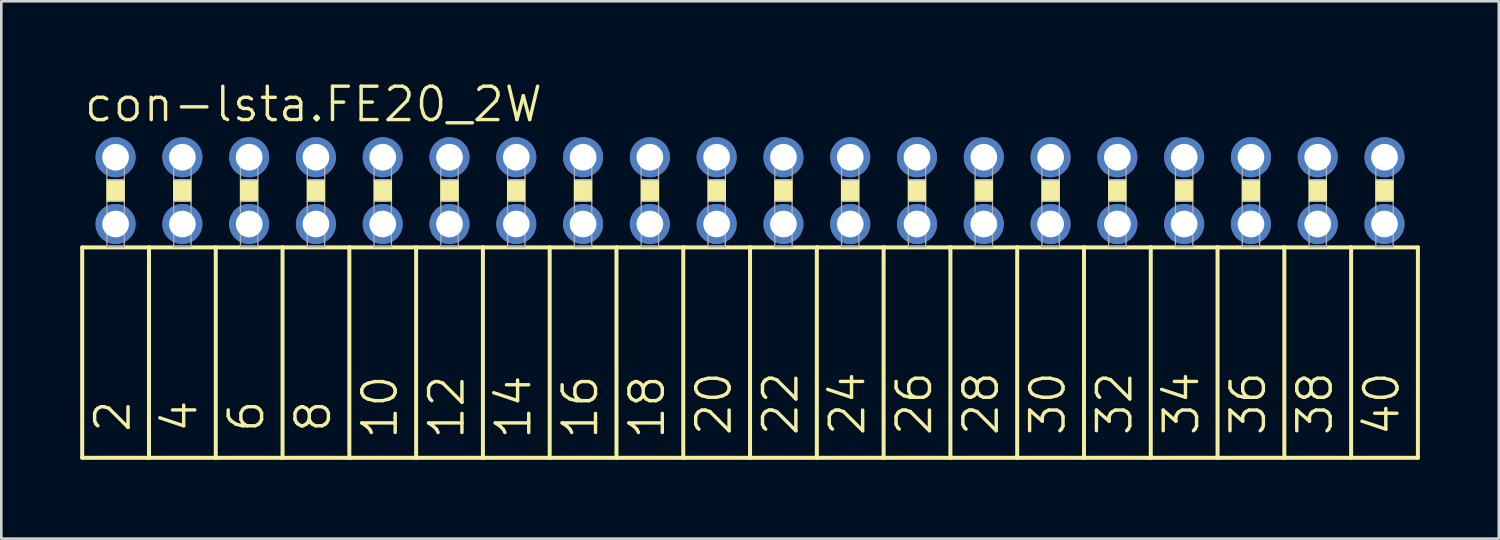
<source format=kicad_pcb>
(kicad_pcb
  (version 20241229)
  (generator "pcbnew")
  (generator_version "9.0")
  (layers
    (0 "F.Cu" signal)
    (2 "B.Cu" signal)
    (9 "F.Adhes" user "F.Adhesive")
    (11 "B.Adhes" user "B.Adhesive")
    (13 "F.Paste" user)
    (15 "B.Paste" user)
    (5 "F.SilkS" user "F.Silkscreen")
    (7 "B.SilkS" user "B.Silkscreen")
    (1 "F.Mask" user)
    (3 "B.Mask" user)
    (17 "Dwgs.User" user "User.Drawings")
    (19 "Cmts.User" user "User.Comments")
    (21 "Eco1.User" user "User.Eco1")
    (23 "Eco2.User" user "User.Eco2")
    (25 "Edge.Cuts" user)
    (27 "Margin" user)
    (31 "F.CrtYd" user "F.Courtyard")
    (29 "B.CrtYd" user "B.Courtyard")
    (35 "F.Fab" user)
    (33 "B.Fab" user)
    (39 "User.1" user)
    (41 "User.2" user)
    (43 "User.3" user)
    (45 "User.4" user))
  (footprint "con-lsta.FE20_2W"
    (layer "F.Cu")
    (at 25.476 4.2)
    (property "Reference" "con-lsta.FE20_2W" (at -25.4 -2.54 0) (layer "F.SilkS") (effects (font (size 1.27 1.27) (thickness 0.13)) (justify left bottom)))
    (attr through_hole)
    (fp_line (start -25.4 2.159) (end -25.4 10.16) (stroke (width 0.152) (type default)) (layer "F.SilkS"))
    (fp_line (start -25.4 2.159) (end -22.86 2.159) (stroke (width 0.152) (type default)) (layer "F.SilkS"))
    (fp_line (start -22.86 2.159) (end -22.86 10.16) (stroke (width 0.152) (type default)) (layer "F.SilkS"))
    (fp_line (start -22.86 2.159) (end -20.32 2.159) (stroke (width 0.152) (type default)) (layer "F.SilkS"))
    (fp_line (start -22.86 10.16) (end -25.4 10.16) (stroke (width 0.152) (type default)) (layer "F.SilkS"))
    (fp_line (start -20.32 2.159) (end -20.32 10.16) (stroke (width 0.152) (type default)) (layer "F.SilkS"))
    (fp_line (start -20.32 2.159) (end -17.78 2.159) (stroke (width 0.152) (type default)) (layer "F.SilkS"))
    (fp_line (start -20.32 10.16) (end -22.86 10.16) (stroke (width 0.152) (type default)) (layer "F.SilkS"))
    (fp_line (start -17.78 2.159) (end -17.78 10.16) (stroke (width 0.152) (type default)) (layer "F.SilkS"))
    (fp_line (start -17.78 10.16) (end -20.32 10.16) (stroke (width 0.152) (type default)) (layer "F.SilkS"))
    (fp_line (start -15.24 2.159) (end -17.78 2.159) (stroke (width 0.152) (type default)) (layer "F.SilkS"))
    (fp_line (start -15.24 2.159) (end -15.24 10.16) (stroke (width 0.152) (type default)) (layer "F.SilkS"))
    (fp_line (start -15.24 2.159) (end -12.7 2.159) (stroke (width 0.152) (type default)) (layer "F.SilkS"))
    (fp_line (start -15.24 10.16) (end -17.78 10.16) (stroke (width 0.152) (type default)) (layer "F.SilkS"))
    (fp_line (start -12.7 2.159) (end -12.7 10.16) (stroke (width 0.152) (type default)) (layer "F.SilkS"))
    (fp_line (start -12.7 2.159) (end -10.16 2.159) (stroke (width 0.152) (type default)) (layer "F.SilkS"))
    (fp_line (start -12.7 10.16) (end -15.24 10.16) (stroke (width 0.152) (type default)) (layer "F.SilkS"))
    (fp_line (start -10.16 2.159) (end -10.16 10.16) (stroke (width 0.152) (type default)) (layer "F.SilkS"))
    (fp_line (start -10.16 2.159) (end -7.62 2.159) (stroke (width 0.152) (type default)) (layer "F.SilkS"))
    (fp_line (start -10.16 10.16) (end -12.7 10.16) (stroke (width 0.152) (type default)) (layer "F.SilkS"))
    (fp_line (start -7.62 2.159) (end -7.62 10.16) (stroke (width 0.152) (type default)) (layer "F.SilkS"))
    (fp_line (start -7.62 2.159) (end -5.08 2.159) (stroke (width 0.152) (type default)) (layer "F.SilkS"))
    (fp_line (start -7.62 10.16) (end -10.16 10.16) (stroke (width 0.152) (type default)) (layer "F.SilkS"))
    (fp_line (start -5.08 2.159) (end -5.08 10.16) (stroke (width 0.152) (type default)) (layer "F.SilkS"))
    (fp_line (start -5.08 10.16) (end -7.62 10.16) (stroke (width 0.152) (type default)) (layer "F.SilkS"))
    (fp_line (start -2.54 2.159) (end -5.08 2.159) (stroke (width 0.152) (type default)) (layer "F.SilkS"))
    (fp_line (start -2.54 2.159) (end -2.54 10.16) (stroke (width 0.152) (type default)) (layer "F.SilkS"))
    (fp_line (start -2.54 2.159) (end 0 2.159) (stroke (width 0.152) (type default)) (layer "F.SilkS"))
    (fp_line (start -2.54 10.16) (end -5.08 10.16) (stroke (width 0.152) (type default)) (layer "F.SilkS"))
    (fp_line (start 0 2.159) (end 0 10.16) (stroke (width 0.152) (type default)) (layer "F.SilkS"))
    (fp_line (start 0 2.159) (end 2.54 2.159) (stroke (width 0.152) (type default)) (layer "F.SilkS"))
    (fp_line (start 0 10.16) (end -2.54 10.16) (stroke (width 0.152) (type default)) (layer "F.SilkS"))
    (fp_line (start 2.54 2.159) (end 2.54 10.16) (stroke (width 0.152) (type default)) (layer "F.SilkS"))
    (fp_line (start 2.54 2.159) (end 5.08 2.159) (stroke (width 0.152) (type default)) (layer "F.SilkS"))
    (fp_line (start 2.54 10.16) (end 0 10.16) (stroke (width 0.152) (type default)) (layer "F.SilkS"))
    (fp_line (start 5.08 2.159) (end 5.08 10.16) (stroke (width 0.152) (type default)) (layer "F.SilkS"))
    (fp_line (start 5.08 2.159) (end 7.62 2.159) (stroke (width 0.152) (type default)) (layer "F.SilkS"))
    (fp_line (start 5.08 10.16) (end 2.54 10.16) (stroke (width 0.152) (type default)) (layer "F.SilkS"))
    (fp_line (start 7.62 2.159) (end 7.62 10.16) (stroke (width 0.152) (type default)) (layer "F.SilkS"))
    (fp_line (start 7.62 10.16) (end 5.08 10.16) (stroke (width 0.152) (type default)) (layer "F.SilkS"))
    (fp_line (start 10.16 2.159) (end 7.62 2.159) (stroke (width 0.152) (type default)) (layer "F.SilkS"))
    (fp_line (start 10.16 2.159) (end 10.16 10.16) (stroke (width 0.152) (type default)) (layer "F.SilkS"))
    (fp_line (start 10.16 2.159) (end 12.7 2.159) (stroke (width 0.152) (type default)) (layer "F.SilkS"))
    (fp_line (start 10.16 10.16) (end 7.62 10.16) (stroke (width 0.152) (type default)) (layer "F.SilkS"))
    (fp_line (start 12.7 2.159) (end 12.7 10.16) (stroke (width 0.152) (type default)) (layer "F.SilkS"))
    (fp_line (start 12.7 2.159) (end 15.24 2.159) (stroke (width 0.152) (type default)) (layer "F.SilkS"))
    (fp_line (start 12.7 10.16) (end 10.16 10.16) (stroke (width 0.152) (type default)) (layer "F.SilkS"))
    (fp_line (start 15.24 2.159) (end 15.24 10.16) (stroke (width 0.152) (type default)) (layer "F.SilkS"))
    (fp_line (start 15.24 2.159) (end 17.78 2.159) (stroke (width 0.152) (type default)) (layer "F.SilkS"))
    (fp_line (start 15.24 10.16) (end 12.7 10.16) (stroke (width 0.152) (type default)) (layer "F.SilkS"))
    (fp_line (start 17.78 2.159) (end 17.78 10.16) (stroke (width 0.152) (type default)) (layer "F.SilkS"))
    (fp_line (start 17.78 2.159) (end 20.32 2.159) (stroke (width 0.152) (type default)) (layer "F.SilkS"))
    (fp_line (start 17.78 10.16) (end 15.24 10.16) (stroke (width 0.152) (type default)) (layer "F.SilkS"))
    (fp_line (start 20.32 2.159) (end 20.32 10.16) (stroke (width 0.152) (type default)) (layer "F.SilkS"))
    (fp_line (start 20.32 10.16) (end 17.78 10.16) (stroke (width 0.152) (type default)) (layer "F.SilkS"))
    (fp_line (start 22.86 2.159) (end 20.32 2.159) (stroke (width 0.152) (type default)) (layer "F.SilkS"))
    (fp_line (start 22.86 2.159) (end 22.86 10.16) (stroke (width 0.152) (type default)) (layer "F.SilkS"))
    (fp_line (start 22.86 2.159) (end 25.4 2.159) (stroke (width 0.152) (type default)) (layer "F.SilkS"))
    (fp_line (start 22.86 10.16) (end 20.32 10.16) (stroke (width 0.152) (type default)) (layer "F.SilkS"))
    (fp_line (start 25.4 2.159) (end 25.4 10.16) (stroke (width 0.152) (type default)) (layer "F.SilkS"))
    (fp_line (start 25.4 10.16) (end 22.86 10.16) (stroke (width 0.152) (type default)) (layer "F.SilkS"))
    (fp_rect (start -24.46 0.406) (end -23.8 -0.406) (stroke (width 0.05) (type default)) (fill yes) (layer "F.SilkS"))
    (fp_rect (start -21.92 0.406) (end -21.26 -0.406) (stroke (width 0.05) (type default)) (fill yes) (layer "F.SilkS"))
    (fp_rect (start -19.38 0.406) (end -18.72 -0.406) (stroke (width 0.05) (type default)) (fill yes) (layer "F.SilkS"))
    (fp_rect (start -16.84 0.406) (end -16.18 -0.406) (stroke (width 0.05) (type default)) (fill yes) (layer "F.SilkS"))
    (fp_rect (start -14.3 0.406) (end -13.64 -0.406) (stroke (width 0.05) (type default)) (fill yes) (layer "F.SilkS"))
    (fp_rect (start -11.76 0.406) (end -11.1 -0.406) (stroke (width 0.05) (type default)) (fill yes) (layer "F.SilkS"))
    (fp_rect (start -9.22 0.406) (end -8.56 -0.406) (stroke (width 0.05) (type default)) (fill yes) (layer "F.SilkS"))
    (fp_rect (start -6.68 0.406) (end -6.02 -0.406) (stroke (width 0.05) (type default)) (fill yes) (layer "F.SilkS"))
    (fp_rect (start -4.14 0.406) (end -3.48 -0.406) (stroke (width 0.05) (type default)) (fill yes) (layer "F.SilkS"))
    (fp_rect (start -1.6 0.406) (end -0.94 -0.406) (stroke (width 0.05) (type default)) (fill yes) (layer "F.SilkS"))
    (fp_rect (start 0.94 0.406) (end 1.6 -0.406) (stroke (width 0.05) (type default)) (fill yes) (layer "F.SilkS"))
    (fp_rect (start 3.48 0.406) (end 4.14 -0.406) (stroke (width 0.05) (type default)) (fill yes) (layer "F.SilkS"))
    (fp_rect (start 6.02 0.406) (end 6.68 -0.406) (stroke (width 0.05) (type default)) (fill yes) (layer "F.SilkS"))
    (fp_rect (start 8.56 0.406) (end 9.22 -0.406) (stroke (width 0.05) (type default)) (fill yes) (layer "F.SilkS"))
    (fp_rect (start 11.1 0.406) (end 11.76 -0.406) (stroke (width 0.05) (type default)) (fill yes) (layer "F.SilkS"))
    (fp_rect (start 13.64 0.406) (end 14.3 -0.406) (stroke (width 0.05) (type default)) (fill yes) (layer "F.SilkS"))
    (fp_rect (start 16.18 0.406) (end 16.84 -0.406) (stroke (width 0.05) (type default)) (fill yes) (layer "F.SilkS"))
    (fp_rect (start 18.72 0.406) (end 19.38 -0.406) (stroke (width 0.05) (type default)) (fill yes) (layer "F.SilkS"))
    (fp_rect (start 21.26 0.406) (end 21.92 -0.406) (stroke (width 0.05) (type default)) (fill yes) (layer "F.SilkS"))
    (fp_rect (start 23.8 0.406) (end 24.46 -0.406) (stroke (width 0.05) (type default)) (fill yes) (layer "F.SilkS"))
    (fp_rect (start -24.46 -0.406) (end -23.8 -1.575) (stroke (width 0.05) (type default)) (fill no) (layer "F.Fab"))
    (fp_rect (start -24.46 2.134) (end -23.8 0.406) (stroke (width 0.05) (type default)) (fill no) (layer "F.Fab"))
    (fp_rect (start -21.92 -0.406) (end -21.26 -1.575) (stroke (width 0.05) (type default)) (fill no) (layer "F.Fab"))
    (fp_rect (start -21.92 2.134) (end -21.26 0.406) (stroke (width 0.05) (type default)) (fill no) (layer "F.Fab"))
    (fp_rect (start -19.38 -0.406) (end -18.72 -1.575) (stroke (width 0.05) (type default)) (fill no) (layer "F.Fab"))
    (fp_rect (start -19.38 2.134) (end -18.72 0.406) (stroke (width 0.05) (type default)) (fill no) (layer "F.Fab"))
    (fp_rect (start -16.84 -0.406) (end -16.18 -1.575) (stroke (width 0.05) (type default)) (fill no) (layer "F.Fab"))
    (fp_rect (start -16.84 2.134) (end -16.18 0.406) (stroke (width 0.05) (type default)) (fill no) (layer "F.Fab"))
    (fp_rect (start -14.3 -0.406) (end -13.64 -1.575) (stroke (width 0.05) (type default)) (fill no) (layer "F.Fab"))
    (fp_rect (start -14.3 2.134) (end -13.64 0.406) (stroke (width 0.05) (type default)) (fill no) (layer "F.Fab"))
    (fp_rect (start -11.76 -0.406) (end -11.1 -1.575) (stroke (width 0.05) (type default)) (fill no) (layer "F.Fab"))
    (fp_rect (start -11.76 2.134) (end -11.1 0.406) (stroke (width 0.05) (type default)) (fill no) (layer "F.Fab"))
    (fp_rect (start -9.22 -0.406) (end -8.56 -1.575) (stroke (width 0.05) (type default)) (fill no) (layer "F.Fab"))
    (fp_rect (start -9.22 2.134) (end -8.56 0.406) (stroke (width 0.05) (type default)) (fill no) (layer "F.Fab"))
    (fp_rect (start -6.68 -0.406) (end -6.02 -1.575) (stroke (width 0.05) (type default)) (fill no) (layer "F.Fab"))
    (fp_rect (start -6.68 2.134) (end -6.02 0.406) (stroke (width 0.05) (type default)) (fill no) (layer "F.Fab"))
    (fp_rect (start -4.14 -0.406) (end -3.48 -1.575) (stroke (width 0.05) (type default)) (fill no) (layer "F.Fab"))
    (fp_rect (start -4.14 2.134) (end -3.48 0.406) (stroke (width 0.05) (type default)) (fill no) (layer "F.Fab"))
    (fp_rect (start -1.6 -0.406) (end -0.94 -1.575) (stroke (width 0.05) (type default)) (fill no) (layer "F.Fab"))
    (fp_rect (start -1.6 2.134) (end -0.94 0.406) (stroke (width 0.05) (type default)) (fill no) (layer "F.Fab"))
    (fp_rect (start 0.94 -0.406) (end 1.6 -1.575) (stroke (width 0.05) (type default)) (fill no) (layer "F.Fab"))
    (fp_rect (start 0.94 2.134) (end 1.6 0.406) (stroke (width 0.05) (type default)) (fill no) (layer "F.Fab"))
    (fp_rect (start 3.48 -0.406) (end 4.14 -1.575) (stroke (width 0.05) (type default)) (fill no) (layer "F.Fab"))
    (fp_rect (start 3.48 2.134) (end 4.14 0.406) (stroke (width 0.05) (type default)) (fill no) (layer "F.Fab"))
    (fp_rect (start 6.02 -0.406) (end 6.68 -1.575) (stroke (width 0.05) (type default)) (fill no) (layer "F.Fab"))
    (fp_rect (start 6.02 2.134) (end 6.68 0.406) (stroke (width 0.05) (type default)) (fill no) (layer "F.Fab"))
    (fp_rect (start 8.56 -0.406) (end 9.22 -1.575) (stroke (width 0.05) (type default)) (fill no) (layer "F.Fab"))
    (fp_rect (start 8.56 2.134) (end 9.22 0.406) (stroke (width 0.05) (type default)) (fill no) (layer "F.Fab"))
    (fp_rect (start 11.1 -0.406) (end 11.76 -1.575) (stroke (width 0.05) (type default)) (fill no) (layer "F.Fab"))
    (fp_rect (start 11.1 2.134) (end 11.76 0.406) (stroke (width 0.05) (type default)) (fill no) (layer "F.Fab"))
    (fp_rect (start 13.64 -0.406) (end 14.3 -1.575) (stroke (width 0.05) (type default)) (fill no) (layer "F.Fab"))
    (fp_rect (start 13.64 2.134) (end 14.3 0.406) (stroke (width 0.05) (type default)) (fill no) (layer "F.Fab"))
    (fp_rect (start 16.18 -0.406) (end 16.84 -1.575) (stroke (width 0.05) (type default)) (fill no) (layer "F.Fab"))
    (fp_rect (start 16.18 2.134) (end 16.84 0.406) (stroke (width 0.05) (type default)) (fill no) (layer "F.Fab"))
    (fp_rect (start 18.72 -0.406) (end 19.38 -1.575) (stroke (width 0.05) (type default)) (fill no) (layer "F.Fab"))
    (fp_rect (start 18.72 2.134) (end 19.38 0.406) (stroke (width 0.05) (type default)) (fill no) (layer "F.Fab"))
    (fp_rect (start 21.26 -0.406) (end 21.92 -1.575) (stroke (width 0.05) (type default)) (fill no) (layer "F.Fab"))
    (fp_rect (start 21.26 2.134) (end 21.92 0.406) (stroke (width 0.05) (type default)) (fill no) (layer "F.Fab"))
    (fp_rect (start 23.8 -0.406) (end 24.46 -1.575) (stroke (width 0.05) (type default)) (fill no) (layer "F.Fab"))
    (fp_rect (start 23.8 2.134) (end 24.46 0.406) (stroke (width 0.05) (type default)) (fill no) (layer "F.Fab"))
    (fp_text user "26" (at 6.985 9.398 90) (layer "F.SilkS") (effects (font (size 1.27 1.27) (thickness 0.13)) (justify left bottom)))
    (fp_text user "34" (at 17.145 9.398 90) (layer "F.SilkS") (effects (font (size 1.27 1.27) (thickness 0.13)) (justify left bottom)))
    (fp_text user "12" (at -10.795 9.525 90) (layer "F.SilkS") (effects (font (size 1.27 1.27) (thickness 0.13)) (justify left bottom)))
    (fp_text user "20" (at -0.635 9.398 90) (layer "F.SilkS") (effects (font (size 1.27 1.27) (thickness 0.13)) (justify left bottom)))
    (fp_text user "16" (at -5.715 9.525 90) (layer "F.SilkS") (effects (font (size 1.27 1.27) (thickness 0.13)) (justify left bottom)))
    (fp_text user "28" (at 9.525 9.398 90) (layer "F.SilkS") (effects (font (size 1.27 1.27) (thickness 0.13)) (justify left bottom)))
    (fp_text user "6" (at -18.415 9.271 90) (layer "F.SilkS") (effects (font (size 1.27 1.27) (thickness 0.13)) (justify left bottom)))
    (fp_text user "36" (at 19.685 9.398 90) (layer "F.SilkS") (effects (font (size 1.27 1.27) (thickness 0.13)) (justify left bottom)))
    (fp_text user "4" (at -20.955 9.271 90) (layer "F.SilkS") (effects (font (size 1.27 1.27) (thickness 0.13)) (justify left bottom)))
    (fp_text user "10" (at -13.335 9.525 90) (layer "F.SilkS") (effects (font (size 1.27 1.27) (thickness 0.13)) (justify left bottom)))
    (fp_text user "22" (at 1.905 9.398 90) (layer "F.SilkS") (effects (font (size 1.27 1.27) (thickness 0.13)) (justify left bottom)))
    (fp_text user "30" (at 12.065 9.398 90) (layer "F.SilkS") (effects (font (size 1.27 1.27) (thickness 0.13)) (justify left bottom)))
    (fp_text user "32" (at 14.605 9.398 90) (layer "F.SilkS") (effects (font (size 1.27 1.27) (thickness 0.13)) (justify left bottom)))
    (fp_text user "40" (at 24.765 9.398 90) (layer "F.SilkS") (effects (font (size 1.27 1.27) (thickness 0.13)) (justify left bottom)))
    (fp_text user "2" (at -23.495 9.271 90) (layer "F.SilkS") (effects (font (size 1.27 1.27) (thickness 0.13)) (justify left bottom)))
    (fp_text user "24" (at 4.445 9.398 90) (layer "F.SilkS") (effects (font (size 1.27 1.27) (thickness 0.13)) (justify left bottom)))
    (fp_text user "8" (at -15.875 9.271 90) (layer "F.SilkS") (effects (font (size 1.27 1.27) (thickness 0.13)) (justify left bottom)))
    (fp_text user "18" (at -3.175 9.525 90) (layer "F.SilkS") (effects (font (size 1.27 1.27) (thickness 0.13)) (justify left bottom)))
    (fp_text user "38" (at 22.225 9.398 90) (layer "F.SilkS") (effects (font (size 1.27 1.27) (thickness 0.13)) (justify left bottom)))
    (fp_text user "14" (at -8.255 9.525 90) (layer "F.SilkS") (effects (font (size 1.27 1.27) (thickness 0.13)) (justify left bottom)))
    (pad "1" thru_hole circle (at -24.13 -1.27) (size 1.524 1.524) (drill 1.016) (layers "*.Cu" "*.Mask"))
    (pad "2" thru_hole circle (at -24.13 1.27) (size 1.524 1.524) (drill 1.016) (layers "*.Cu" "*.Mask"))
    (pad "3" thru_hole circle (at -21.59 -1.27) (size 1.524 1.524) (drill 1.016) (layers "*.Cu" "*.Mask"))
    (pad "4" thru_hole circle (at -21.59 1.27) (size 1.524 1.524) (drill 1.016) (layers "*.Cu" "*.Mask"))
    (pad "5" thru_hole circle (at -19.05 -1.27) (size 1.524 1.524) (drill 1.016) (layers "*.Cu" "*.Mask"))
    (pad "6" thru_hole circle (at -19.05 1.27) (size 1.524 1.524) (drill 1.016) (layers "*.Cu" "*.Mask"))
    (pad "7" thru_hole circle (at -16.51 -1.27) (size 1.524 1.524) (drill 1.016) (layers "*.Cu" "*.Mask"))
    (pad "8" thru_hole circle (at -16.51 1.27) (size 1.524 1.524) (drill 1.016) (layers "*.Cu" "*.Mask"))
    (pad "9" thru_hole circle (at -13.97 -1.27) (size 1.524 1.524) (drill 1.016) (layers "*.Cu" "*.Mask"))
    (pad "10" thru_hole circle (at -13.97 1.27) (size 1.524 1.524) (drill 1.016) (layers "*.Cu" "*.Mask"))
    (pad "11" thru_hole circle (at -11.43 -1.27) (size 1.524 1.524) (drill 1.016) (layers "*.Cu" "*.Mask"))
    (pad "12" thru_hole circle (at -11.43 1.27) (size 1.524 1.524) (drill 1.016) (layers "*.Cu" "*.Mask"))
    (pad "13" thru_hole circle (at -8.89 -1.27) (size 1.524 1.524) (drill 1.016) (layers "*.Cu" "*.Mask"))
    (pad "14" thru_hole circle (at -8.89 1.27) (size 1.524 1.524) (drill 1.016) (layers "*.Cu" "*.Mask"))
    (pad "15" thru_hole circle (at -6.35 -1.27) (size 1.524 1.524) (drill 1.016) (layers "*.Cu" "*.Mask"))
    (pad "16" thru_hole circle (at -6.35 1.27) (size 1.524 1.524) (drill 1.016) (layers "*.Cu" "*.Mask"))
    (pad "17" thru_hole circle (at -3.81 -1.27) (size 1.524 1.524) (drill 1.016) (layers "*.Cu" "*.Mask"))
    (pad "18" thru_hole circle (at -3.81 1.27) (size 1.524 1.524) (drill 1.016) (layers "*.Cu" "*.Mask"))
    (pad "19" thru_hole circle (at -1.27 -1.27) (size 1.524 1.524) (drill 1.016) (layers "*.Cu" "*.Mask"))
    (pad "20" thru_hole circle (at -1.27 1.27) (size 1.524 1.524) (drill 1.016) (layers "*.Cu" "*.Mask"))
    (pad "21" thru_hole circle (at 1.27 -1.27) (size 1.524 1.524) (drill 1.016) (layers "*.Cu" "*.Mask"))
    (pad "22" thru_hole circle (at 1.27 1.27) (size 1.524 1.524) (drill 1.016) (layers "*.Cu" "*.Mask"))
    (pad "23" thru_hole circle (at 3.81 -1.27) (size 1.524 1.524) (drill 1.016) (layers "*.Cu" "*.Mask"))
    (pad "24" thru_hole circle (at 3.81 1.27) (size 1.524 1.524) (drill 1.016) (layers "*.Cu" "*.Mask"))
    (pad "25" thru_hole circle (at 6.35 -1.27) (size 1.524 1.524) (drill 1.016) (layers "*.Cu" "*.Mask"))
    (pad "26" thru_hole circle (at 6.35 1.27) (size 1.524 1.524) (drill 1.016) (layers "*.Cu" "*.Mask"))
    (pad "27" thru_hole circle (at 8.89 -1.27) (size 1.524 1.524) (drill 1.016) (layers "*.Cu" "*.Mask"))
    (pad "28" thru_hole circle (at 8.89 1.27) (size 1.524 1.524) (drill 1.016) (layers "*.Cu" "*.Mask"))
    (pad "29" thru_hole circle (at 11.43 -1.27) (size 1.524 1.524) (drill 1.016) (layers "*.Cu" "*.Mask"))
    (pad "30" thru_hole circle (at 11.43 1.27) (size 1.524 1.524) (drill 1.016) (layers "*.Cu" "*.Mask"))
    (pad "31" thru_hole circle (at 13.97 -1.27) (size 1.524 1.524) (drill 1.016) (layers "*.Cu" "*.Mask"))
    (pad "32" thru_hole circle (at 13.97 1.27) (size 1.524 1.524) (drill 1.016) (layers "*.Cu" "*.Mask"))
    (pad "33" thru_hole circle (at 16.51 -1.27) (size 1.524 1.524) (drill 1.016) (layers "*.Cu" "*.Mask"))
    (pad "34" thru_hole circle (at 16.51 1.27) (size 1.524 1.524) (drill 1.016) (layers "*.Cu" "*.Mask"))
    (pad "35" thru_hole circle (at 19.05 -1.27) (size 1.524 1.524) (drill 1.016) (layers "*.Cu" "*.Mask"))
    (pad "36" thru_hole circle (at 19.05 1.27) (size 1.524 1.524) (drill 1.016) (layers "*.Cu" "*.Mask"))
    (pad "37" thru_hole circle (at 21.59 -1.27) (size 1.524 1.524) (drill 1.016) (layers "*.Cu" "*.Mask"))
    (pad "38" thru_hole circle (at 21.59 1.27) (size 1.524 1.524) (drill 1.016) (layers "*.Cu" "*.Mask"))
    (pad "39" thru_hole circle (at 24.13 -1.27) (size 1.524 1.524) (drill 1.016) (layers "*.Cu" "*.Mask"))
    (pad "40" thru_hole circle (at 24.13 1.27) (size 1.524 1.524) (drill 1.016) (layers "*.Cu" "*.Mask")))
  (gr_rect
    (start -3 -3)
    (end 53.952 17.436)
    (stroke (width 0.1) (type default))
    (fill no)
    (layer "Edge.Cuts")))
</source>
